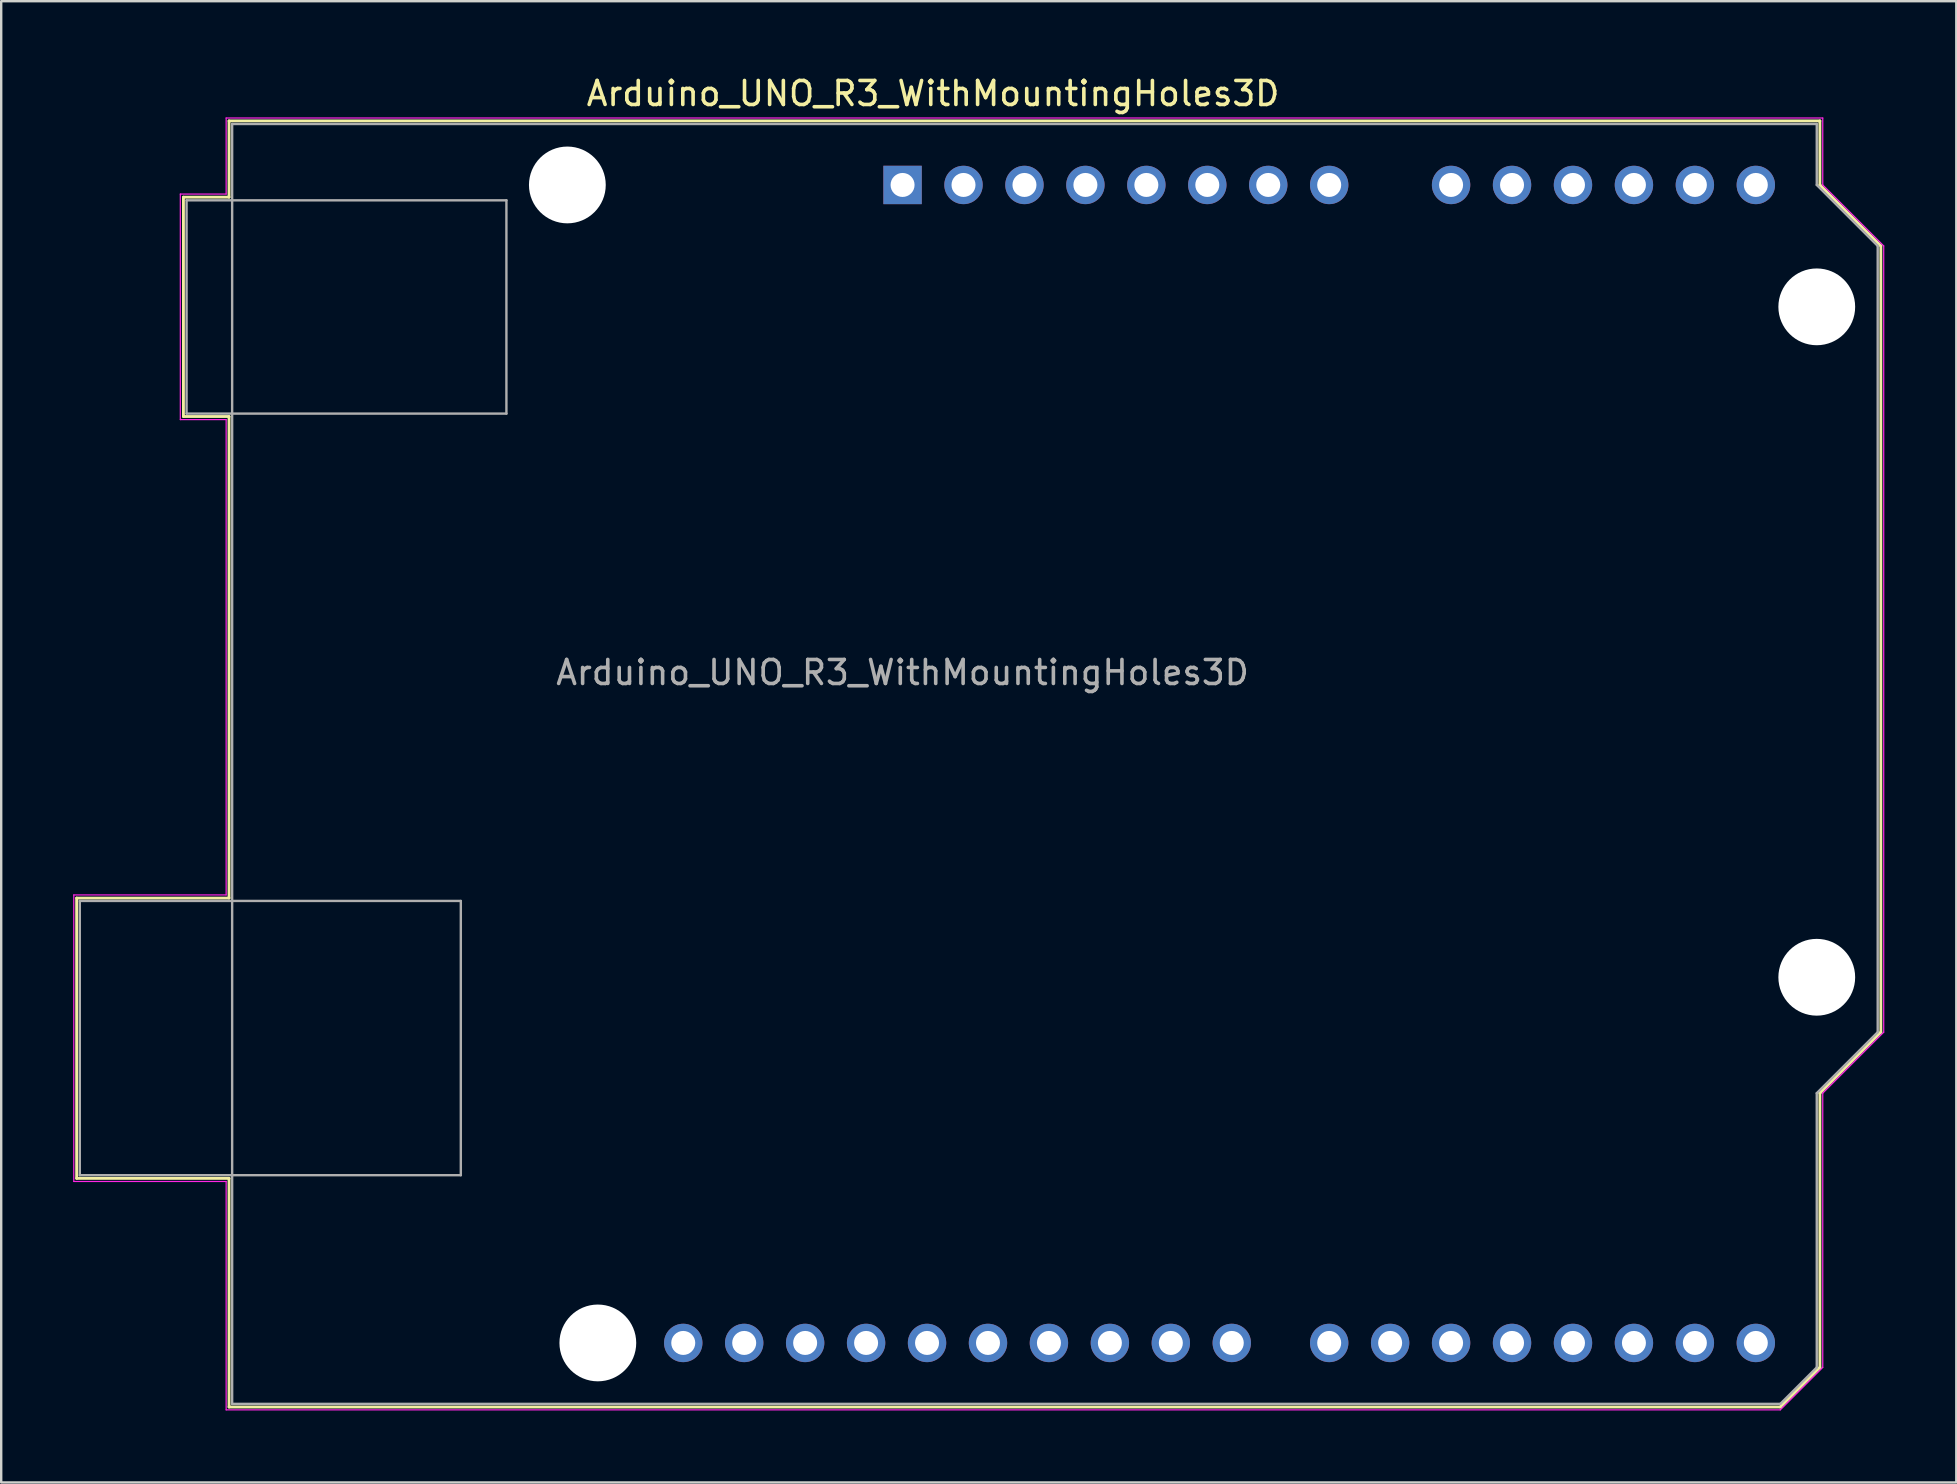
<source format=kicad_pcb>
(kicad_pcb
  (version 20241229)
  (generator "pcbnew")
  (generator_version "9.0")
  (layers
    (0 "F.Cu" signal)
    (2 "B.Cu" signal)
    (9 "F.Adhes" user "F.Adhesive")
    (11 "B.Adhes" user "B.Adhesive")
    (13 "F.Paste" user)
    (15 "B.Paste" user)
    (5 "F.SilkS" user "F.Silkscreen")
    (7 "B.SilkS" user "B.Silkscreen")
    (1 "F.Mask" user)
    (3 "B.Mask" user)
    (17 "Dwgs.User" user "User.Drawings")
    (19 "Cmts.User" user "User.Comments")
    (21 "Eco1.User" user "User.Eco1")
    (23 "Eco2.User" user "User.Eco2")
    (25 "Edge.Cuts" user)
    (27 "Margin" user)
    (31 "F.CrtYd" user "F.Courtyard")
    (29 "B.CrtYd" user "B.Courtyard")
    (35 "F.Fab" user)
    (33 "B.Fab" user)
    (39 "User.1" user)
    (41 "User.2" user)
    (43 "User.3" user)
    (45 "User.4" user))
  (footprint "Arduino_UNO_R3_WithMountingHoles3D"
    (layer "F.Cu")
    (at 34.565 4.658)
    (property "Reference" "Arduino_UNO_R3_WithMountingHoles3D" (at 1.27 -3.81 180) (layer "F.SilkS") (effects (font (size 1 1) (thickness 0.15))))
    (attr through_hole)
    (fp_line (start -34.42 29.72) (end -34.42 41.4) (stroke (width 0.12) (type solid)) (layer "F.SilkS"))
    (fp_line (start -34.42 41.4) (end -28.07 41.4) (stroke (width 0.12) (type solid)) (layer "F.SilkS"))
    (fp_line (start -29.97 0.51) (end -29.97 9.65) (stroke (width 0.12) (type solid)) (layer "F.SilkS"))
    (fp_line (start -29.97 9.65) (end -28.07 9.65) (stroke (width 0.12) (type solid)) (layer "F.SilkS"))
    (fp_line (start -28.07 -2.67) (end -28.07 0.51) (stroke (width 0.12) (type solid)) (layer "F.SilkS"))
    (fp_line (start -28.07 0.51) (end -29.97 0.51) (stroke (width 0.12) (type solid)) (layer "F.SilkS"))
    (fp_line (start -28.07 9.65) (end -28.07 29.72) (stroke (width 0.12) (type solid)) (layer "F.SilkS"))
    (fp_line (start -28.07 29.72) (end -34.42 29.72) (stroke (width 0.12) (type solid)) (layer "F.SilkS"))
    (fp_line (start -28.07 41.4) (end -28.07 50.93) (stroke (width 0.12) (type solid)) (layer "F.SilkS"))
    (fp_line (start -28.07 50.93) (end 36.58 50.93) (stroke (width 0.12) (type solid)) (layer "F.SilkS"))
    (fp_line (start 36.58 50.93) (end 38.23 49.28) (stroke (width 0.12) (type solid)) (layer "F.SilkS"))
    (fp_line (start 38.23 -2.67) (end -28.07 -2.67) (stroke (width 0.12) (type solid)) (layer "F.SilkS"))
    (fp_line (start 38.23 0) (end 38.23 -2.67) (stroke (width 0.12) (type solid)) (layer "F.SilkS"))
    (fp_line (start 38.23 37.85) (end 40.77 35.31) (stroke (width 0.12) (type solid)) (layer "F.SilkS"))
    (fp_line (start 38.23 49.28) (end 38.23 37.85) (stroke (width 0.12) (type solid)) (layer "F.SilkS"))
    (fp_line (start 40.77 2.54) (end 38.23 0) (stroke (width 0.12) (type solid)) (layer "F.SilkS"))
    (fp_line (start 40.77 35.31) (end 40.77 2.54) (stroke (width 0.12) (type solid)) (layer "F.SilkS"))
    (fp_line (start -34.54 29.59) (end -28.19 29.59) (stroke (width 0.05) (type solid)) (layer "F.CrtYd"))
    (fp_line (start -34.54 41.53) (end -34.54 29.59) (stroke (width 0.05) (type solid)) (layer "F.CrtYd"))
    (fp_line (start -30.1 0.38) (end -28.19 0.38) (stroke (width 0.05) (type solid)) (layer "F.CrtYd"))
    (fp_line (start -30.1 9.78) (end -30.1 0.38) (stroke (width 0.05) (type solid)) (layer "F.CrtYd"))
    (fp_line (start -28.19 -2.79) (end 38.35 -2.79) (stroke (width 0.05) (type solid)) (layer "F.CrtYd"))
    (fp_line (start -28.19 0.38) (end -28.19 -2.79) (stroke (width 0.05) (type solid)) (layer "F.CrtYd"))
    (fp_line (start -28.19 9.78) (end -30.1 9.78) (stroke (width 0.05) (type solid)) (layer "F.CrtYd"))
    (fp_line (start -28.19 29.59) (end -28.19 9.78) (stroke (width 0.05) (type solid)) (layer "F.CrtYd"))
    (fp_line (start -28.19 41.53) (end -34.54 41.53) (stroke (width 0.05) (type solid)) (layer "F.CrtYd"))
    (fp_line (start -28.19 51.05) (end -28.19 41.53) (stroke (width 0.05) (type solid)) (layer "F.CrtYd"))
    (fp_line (start 36.58 51.05) (end -28.19 51.05) (stroke (width 0.05) (type solid)) (layer "F.CrtYd"))
    (fp_line (start 38.35 -2.79) (end 38.35 0) (stroke (width 0.05) (type solid)) (layer "F.CrtYd"))
    (fp_line (start 38.35 0) (end 40.89 2.54) (stroke (width 0.05) (type solid)) (layer "F.CrtYd"))
    (fp_line (start 38.35 37.85) (end 38.35 49.28) (stroke (width 0.05) (type solid)) (layer "F.CrtYd"))
    (fp_line (start 38.35 49.28) (end 36.58 51.05) (stroke (width 0.05) (type solid)) (layer "F.CrtYd"))
    (fp_line (start 40.89 2.54) (end 40.89 35.31) (stroke (width 0.05) (type solid)) (layer "F.CrtYd"))
    (fp_line (start 40.89 35.31) (end 38.35 37.85) (stroke (width 0.05) (type solid)) (layer "F.CrtYd"))
    (fp_line (start -34.29 29.84) (end -18.41 29.84) (stroke (width 0.1) (type solid)) (layer "F.Fab"))
    (fp_line (start -34.29 41.27) (end -34.29 29.84) (stroke (width 0.1) (type solid)) (layer "F.Fab"))
    (fp_line (start -29.84 0.64) (end -16.51 0.64) (stroke (width 0.1) (type solid)) (layer "F.Fab"))
    (fp_line (start -29.84 9.53) (end -29.84 0.64) (stroke (width 0.1) (type solid)) (layer "F.Fab"))
    (fp_line (start -27.94 -2.54) (end 38.1 -2.54) (stroke (width 0.1) (type solid)) (layer "F.Fab"))
    (fp_line (start -27.94 50.8) (end -27.94 -2.54) (stroke (width 0.1) (type solid)) (layer "F.Fab"))
    (fp_line (start -18.41 29.84) (end -18.41 41.27) (stroke (width 0.1) (type solid)) (layer "F.Fab"))
    (fp_line (start -18.41 41.27) (end -34.29 41.27) (stroke (width 0.1) (type solid)) (layer "F.Fab"))
    (fp_line (start -16.51 0.64) (end -16.51 9.53) (stroke (width 0.1) (type solid)) (layer "F.Fab"))
    (fp_line (start -16.51 9.53) (end -29.84 9.53) (stroke (width 0.1) (type solid)) (layer "F.Fab"))
    (fp_line (start 36.58 50.8) (end -27.94 50.8) (stroke (width 0.1) (type solid)) (layer "F.Fab"))
    (fp_line (start 38.1 -2.54) (end 38.1 0) (stroke (width 0.1) (type solid)) (layer "F.Fab"))
    (fp_line (start 38.1 0) (end 40.64 2.54) (stroke (width 0.1) (type solid)) (layer "F.Fab"))
    (fp_line (start 38.1 37.85) (end 38.1 49.28) (stroke (width 0.1) (type solid)) (layer "F.Fab"))
    (fp_line (start 38.1 49.28) (end 36.58 50.8) (stroke (width 0.1) (type solid)) (layer "F.Fab"))
    (fp_line (start 40.64 2.54) (end 40.64 35.31) (stroke (width 0.1) (type solid)) (layer "F.Fab"))
    (fp_line (start 40.64 35.31) (end 38.1 37.85) (stroke (width 0.1) (type solid)) (layer "F.Fab"))
    (fp_text user "${REFERENCE}" (at 0 20.32 180) (layer "F.Fab") (effects (font (size 1 1) (thickness 0.15))))
    (pad "" np_thru_hole circle (at -13.97 0 90) (size 3.2 3.2) (drill 3.2) (layers "*.Cu" "*.Mask"))
    (pad "" np_thru_hole circle (at -12.7 48.26 90) (size 3.2 3.2) (drill 3.2) (layers "*.Cu" "*.Mask"))
    (pad "" np_thru_hole circle (at 38.1 5.08 90) (size 3.2 3.2) (drill 3.2) (layers "*.Cu" "*.Mask"))
    (pad "" np_thru_hole circle (at 38.1 33.02 90) (size 3.2 3.2) (drill 3.2) (layers "*.Cu" "*.Mask"))
    (pad "1" thru_hole rect (at 0 0 90) (size 1.6 1.6) (drill 1) (layers "*.Cu" "*.Mask"))
    (pad "2" thru_hole oval (at 2.54 0 90) (size 1.6 1.6) (drill 1) (layers "*.Cu" "*.Mask"))
    (pad "3" thru_hole oval (at 5.08 0 90) (size 1.6 1.6) (drill 1) (layers "*.Cu" "*.Mask"))
    (pad "4" thru_hole oval (at 7.62 0 90) (size 1.6 1.6) (drill 1) (layers "*.Cu" "*.Mask"))
    (pad "5" thru_hole oval (at 10.16 0 90) (size 1.6 1.6) (drill 1) (layers "*.Cu" "*.Mask"))
    (pad "6" thru_hole oval (at 12.7 0 90) (size 1.6 1.6) (drill 1) (layers "*.Cu" "*.Mask"))
    (pad "7" thru_hole oval (at 15.24 0 90) (size 1.6 1.6) (drill 1) (layers "*.Cu" "*.Mask"))
    (pad "8" thru_hole oval (at 17.78 0 90) (size 1.6 1.6) (drill 1) (layers "*.Cu" "*.Mask"))
    (pad "9" thru_hole oval (at 22.86 0 90) (size 1.6 1.6) (drill 1) (layers "*.Cu" "*.Mask"))
    (pad "10" thru_hole oval (at 25.4 0 90) (size 1.6 1.6) (drill 1) (layers "*.Cu" "*.Mask"))
    (pad "11" thru_hole oval (at 27.94 0 90) (size 1.6 1.6) (drill 1) (layers "*.Cu" "*.Mask"))
    (pad "12" thru_hole oval (at 30.48 0 90) (size 1.6 1.6) (drill 1) (layers "*.Cu" "*.Mask"))
    (pad "13" thru_hole oval (at 33.02 0 90) (size 1.6 1.6) (drill 1) (layers "*.Cu" "*.Mask"))
    (pad "14" thru_hole oval (at 35.56 0 90) (size 1.6 1.6) (drill 1) (layers "*.Cu" "*.Mask"))
    (pad "15" thru_hole oval (at 35.56 48.26 90) (size 1.6 1.6) (drill 1) (layers "*.Cu" "*.Mask"))
    (pad "16" thru_hole oval (at 33.02 48.26 90) (size 1.6 1.6) (drill 1) (layers "*.Cu" "*.Mask"))
    (pad "17" thru_hole oval (at 30.48 48.26 90) (size 1.6 1.6) (drill 1) (layers "*.Cu" "*.Mask"))
    (pad "18" thru_hole oval (at 27.94 48.26 90) (size 1.6 1.6) (drill 1) (layers "*.Cu" "*.Mask"))
    (pad "19" thru_hole oval (at 25.4 48.26 90) (size 1.6 1.6) (drill 1) (layers "*.Cu" "*.Mask"))
    (pad "20" thru_hole oval (at 22.86 48.26 90) (size 1.6 1.6) (drill 1) (layers "*.Cu" "*.Mask"))
    (pad "21" thru_hole oval (at 20.32 48.26 90) (size 1.6 1.6) (drill 1) (layers "*.Cu" "*.Mask"))
    (pad "22" thru_hole oval (at 17.78 48.26 90) (size 1.6 1.6) (drill 1) (layers "*.Cu" "*.Mask"))
    (pad "23" thru_hole oval (at 13.72 48.26 90) (size 1.6 1.6) (drill 1) (layers "*.Cu" "*.Mask"))
    (pad "24" thru_hole oval (at 11.18 48.26 90) (size 1.6 1.6) (drill 1) (layers "*.Cu" "*.Mask"))
    (pad "25" thru_hole oval (at 8.64 48.26 90) (size 1.6 1.6) (drill 1) (layers "*.Cu" "*.Mask"))
    (pad "26" thru_hole oval (at 6.1 48.26 90) (size 1.6 1.6) (drill 1) (layers "*.Cu" "*.Mask"))
    (pad "27" thru_hole oval (at 3.56 48.26 90) (size 1.6 1.6) (drill 1) (layers "*.Cu" "*.Mask"))
    (pad "28" thru_hole oval (at 1.02 48.26 90) (size 1.6 1.6) (drill 1) (layers "*.Cu" "*.Mask"))
    (pad "29" thru_hole oval (at -1.52 48.26 90) (size 1.6 1.6) (drill 1) (layers "*.Cu" "*.Mask"))
    (pad "30" thru_hole oval (at -4.06 48.26 90) (size 1.6 1.6) (drill 1) (layers "*.Cu" "*.Mask"))
    (pad "31" thru_hole oval (at -6.6 48.26 90) (size 1.6 1.6) (drill 1) (layers "*.Cu" "*.Mask"))
    (pad "32" thru_hole oval (at -9.14 48.26 90) (size 1.6 1.6) (drill 1) (layers "*.Cu" "*.Mask")))
  (gr_rect
    (start -3 -3)
    (end 78.48 58.733)
    (stroke (width 0.1) (type default))
    (fill no)
    (layer "Edge.Cuts")))
</source>
